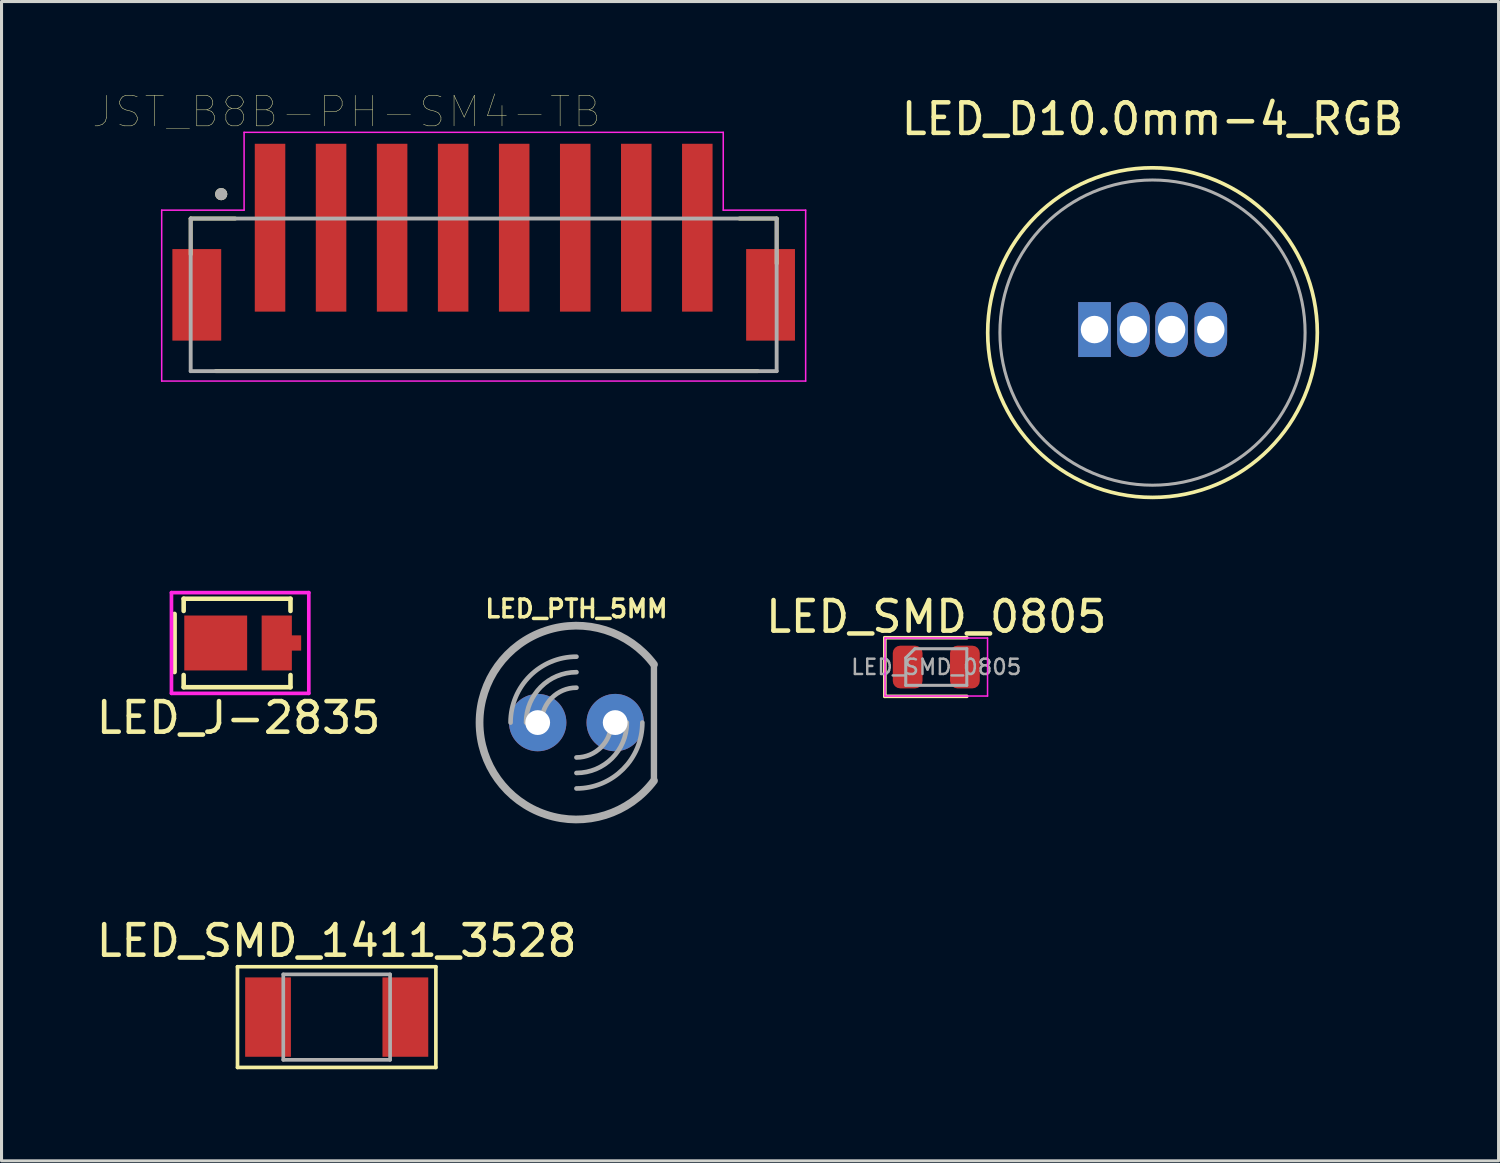
<source format=kicad_pcb>
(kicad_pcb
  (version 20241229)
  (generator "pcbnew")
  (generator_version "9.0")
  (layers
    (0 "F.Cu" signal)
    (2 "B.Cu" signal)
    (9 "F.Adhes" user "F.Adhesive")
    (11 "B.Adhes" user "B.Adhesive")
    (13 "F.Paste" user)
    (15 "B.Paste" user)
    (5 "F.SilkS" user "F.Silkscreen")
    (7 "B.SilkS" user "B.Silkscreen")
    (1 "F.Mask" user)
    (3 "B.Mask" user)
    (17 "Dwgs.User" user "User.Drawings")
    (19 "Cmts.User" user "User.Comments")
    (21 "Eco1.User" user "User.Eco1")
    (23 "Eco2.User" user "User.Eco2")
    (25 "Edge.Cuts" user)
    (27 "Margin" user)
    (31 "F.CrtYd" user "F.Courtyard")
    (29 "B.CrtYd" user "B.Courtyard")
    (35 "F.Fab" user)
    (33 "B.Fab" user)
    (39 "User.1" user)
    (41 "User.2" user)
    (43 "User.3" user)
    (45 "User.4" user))
  (footprint "LED_J-2835"
    (layer "F.Cu")
    (at 4.768 17.968)
    (property "Reference" "LED_J-2835" (at 0 2.5 0) (layer "F.SilkS") (effects (font (size 1 1) (thickness 0.15))))
    (attr through_hole)
    (fp_line (start -2.1 -0.9) (end -2.1 1) (stroke (width 0.155) (type solid)) (layer "F.SilkS"))
    (fp_line (start -1.8 -1.4) (end -1.8 -1) (stroke (width 0.15) (type solid)) (layer "F.SilkS"))
    (fp_line (start -1.8 -1.4) (end 1.7 -1.4) (stroke (width 0.15) (type solid)) (layer "F.SilkS"))
    (fp_line (start -1.8 1.1) (end -1.8 1.5) (stroke (width 0.15) (type solid)) (layer "F.SilkS"))
    (fp_line (start -1.8 1.5) (end 1.7 1.5) (stroke (width 0.15) (type solid)) (layer "F.SilkS"))
    (fp_line (start 1.7 -1.4) (end 1.7 -1) (stroke (width 0.15) (type solid)) (layer "F.SilkS"))
    (fp_line (start 1.7 1.1) (end 1.7 1.5) (stroke (width 0.15) (type solid)) (layer "F.SilkS"))
    (fp_line (start -2.2 -1.6) (end 2.3 -1.6) (stroke (width 0.12) (type solid)) (layer "F.CrtYd"))
    (fp_line (start -2.2 1.7) (end -2.2 -1.6) (stroke (width 0.12) (type solid)) (layer "F.CrtYd"))
    (fp_line (start 2.3 -1.6) (end 2.3 1.7) (stroke (width 0.12) (type solid)) (layer "F.CrtYd"))
    (fp_line (start 2.3 1.7) (end -2.2 1.7) (stroke (width 0.12) (type solid)) (layer "F.CrtYd"))
    (pad "1" smd rect (at -0.75 0.05 180) (size 2.06 1.8) (layers "F.Cu" "F.Mask" "F.Paste"))
    (pad "2" smd rect (at 1.25 0.05 180) (size 0.99 1.8) (layers "F.Cu" "F.Mask" "F.Paste"))
    (pad "2" smd rect (at 1.65 0.05 180) (size 0.8 0.5) (layers "F.Cu" "F.Mask")))
  (footprint "JST_B8B-PH-SM4-TB"
    (layer "F.Cu")
    (at 11.798 6.911)
    (property "Reference" "JST_B8B-PH-SM4-TB" (at -3.495 -6.3 0) (layer "F.SilkS") (effects (font (size 1 1) (thickness 0.015))))
    (attr through_hole)
    (fp_line (start -8.6 -2.8) (end -8.6 -1.625) (stroke (width 0.127) (type solid)) (layer "F.SilkS"))
    (fp_line (start -7.78 2.2) (end 9.98 2.2) (stroke (width 0.127) (type solid)) (layer "F.SilkS"))
    (fp_line (start -7.14 -2.8) (end -8.6 -2.8) (stroke (width 0.127) (type solid)) (layer "F.SilkS"))
    (fp_line (start 9.38 -2.8) (end 10.6 -2.8) (stroke (width 0.127) (type solid)) (layer "F.SilkS"))
    (fp_line (start 10.6 -2.8) (end 10.6 -1.325) (stroke (width 0.127) (type solid)) (layer "F.SilkS"))
    (fp_circle (center -7.6 -3.6) (end -7.5 -3.6) (stroke (width 0.2) (type solid)) (fill no) (layer "F.SilkS"))
    (fp_line (start -9.55 -3.075) (end -6.85 -3.075) (stroke (width 0.05) (type solid)) (layer "F.CrtYd"))
    (fp_line (start -9.55 2.525) (end -9.55 -3.075) (stroke (width 0.05) (type solid)) (layer "F.CrtYd"))
    (fp_line (start -6.85 -5.625) (end 8.85 -5.625) (stroke (width 0.05) (type solid)) (layer "F.CrtYd"))
    (fp_line (start -6.85 -3.075) (end -6.85 -5.625) (stroke (width 0.05) (type solid)) (layer "F.CrtYd"))
    (fp_line (start 8.85 -5.625) (end 8.85 -3.075) (stroke (width 0.05) (type solid)) (layer "F.CrtYd"))
    (fp_line (start 8.85 -3.075) (end 11.55 -3.075) (stroke (width 0.05) (type solid)) (layer "F.CrtYd"))
    (fp_line (start 11.55 -3.075) (end 11.55 2.525) (stroke (width 0.05) (type solid)) (layer "F.CrtYd"))
    (fp_line (start 11.55 2.525) (end -9.55 2.525) (stroke (width 0.05) (type solid)) (layer "F.CrtYd"))
    (fp_line (start -8.6 -2.8) (end 10.6 -2.8) (stroke (width 0.127) (type solid)) (layer "F.Fab"))
    (fp_line (start -8.6 2.2) (end -8.6 -2.8) (stroke (width 0.127) (type solid)) (layer "F.Fab"))
    (fp_line (start 10.6 -2.8) (end 10.6 2.2) (stroke (width 0.127) (type solid)) (layer "F.Fab"))
    (fp_line (start 10.6 2.2) (end -8.6 2.2) (stroke (width 0.127) (type solid)) (layer "F.Fab"))
    (fp_circle (center -7.6 -3.6) (end -7.5 -3.6) (stroke (width 0.2) (type solid)) (fill no) (layer "F.Fab"))
    (pad "1" smd rect (at -6 -2.5) (size 1 5.5) (layers "F.Cu" "F.Mask" "F.Paste"))
    (pad "2" smd rect (at -4 -2.5) (size 1 5.5) (layers "F.Cu" "F.Mask" "F.Paste"))
    (pad "3" smd rect (at -2 -2.5) (size 1 5.5) (layers "F.Cu" "F.Mask" "F.Paste"))
    (pad "4" smd rect (at 0 -2.5) (size 1 5.5) (layers "F.Cu" "F.Mask" "F.Paste"))
    (pad "5" smd rect (at 2 -2.5) (size 1 5.5) (layers "F.Cu" "F.Mask" "F.Paste"))
    (pad "6" smd rect (at 4 -2.5) (size 1 5.5) (layers "F.Cu" "F.Mask" "F.Paste"))
    (pad "7" smd rect (at 6 -2.5) (size 1 5.5) (layers "F.Cu" "F.Mask" "F.Paste"))
    (pad "8" smd rect (at 8 -2.5) (size 1 5.5) (layers "F.Cu" "F.Mask" "F.Paste"))
    (pad "9" smd rect (at -8.4 -0.3) (size 1.6 3) (layers "F.Cu" "F.Mask" "F.Paste"))
    (pad "10" smd rect (at 10.4 -0.3) (size 1.6 3) (layers "F.Cu" "F.Mask" "F.Paste")))
  (footprint "LED_D10.0mm-4_RGB"
    (layer "F.Cu")
    (at 34.713 7.848)
    (property "Reference" "LED_D10.0mm-4_RGB" (at 0 -7 0) (layer "F.SilkS") (effects (font (size 1 1) (thickness 0.15))))
    (attr through_hole)
    (fp_circle (center 0 0) (end 5.4 0) (stroke (width 0.12) (type solid)) (fill no) (layer "F.SilkS"))
    (fp_circle (center 0 0) (end 5 0) (stroke (width 0.1) (type solid)) (fill no) (layer "F.Fab"))
    (pad "1" thru_hole rect (at -1.9 -0.1) (size 1.07 1.8) (drill 0.9) (layers "*.Cu" "*.Mask"))
    (pad "2" thru_hole oval (at -0.625 -0.1) (size 1.07 1.8) (drill 0.9) (layers "*.Cu" "*.Mask"))
    (pad "3" thru_hole oval (at 0.625 -0.1) (size 1.07 1.8) (drill 0.9) (layers "*.Cu" "*.Mask"))
    (pad "4" thru_hole oval (at 1.91 -0.1) (size 1.07 1.8) (drill 0.9) (layers "*.Cu" "*.Mask")))
  (footprint "LED_SMD_0805"
    (layer "F.Cu")
    (at 27.628 18.806)
    (property "Reference" "LED_SMD_0805" (at 0 -1.65 0) (layer "F.SilkS") (effects (font (size 1 1) (thickness 0.15))))
    (attr smd)
    (fp_line (start -1.685 -0.96) (end -1.685 0.96) (stroke (width 0.12) (type solid)) (layer "F.SilkS"))
    (fp_line (start -1.685 0.96) (end 1 0.96) (stroke (width 0.12) (type solid)) (layer "F.SilkS"))
    (fp_line (start 1 -0.96) (end -1.685 -0.96) (stroke (width 0.12) (type solid)) (layer "F.SilkS"))
    (fp_line (start -1.68 -0.95) (end 1.68 -0.95) (stroke (width 0.05) (type solid)) (layer "F.CrtYd"))
    (fp_line (start -1.68 0.95) (end -1.68 -0.95) (stroke (width 0.05) (type solid)) (layer "F.CrtYd"))
    (fp_line (start 1.68 -0.95) (end 1.68 0.95) (stroke (width 0.05) (type solid)) (layer "F.CrtYd"))
    (fp_line (start 1.68 0.95) (end -1.68 0.95) (stroke (width 0.05) (type solid)) (layer "F.CrtYd"))
    (fp_line (start -1 -0.3) (end -1 0.6) (stroke (width 0.1) (type solid)) (layer "F.Fab"))
    (fp_line (start -1 0.6) (end 1 0.6) (stroke (width 0.1) (type solid)) (layer "F.Fab"))
    (fp_line (start -0.7 -0.6) (end -1 -0.3) (stroke (width 0.1) (type solid)) (layer "F.Fab"))
    (fp_line (start 1 -0.6) (end -0.7 -0.6) (stroke (width 0.1) (type solid)) (layer "F.Fab"))
    (fp_line (start 1 0.6) (end 1 -0.6) (stroke (width 0.1) (type solid)) (layer "F.Fab"))
    (fp_text user "${REFERENCE}" (at 0 0 0) (layer "F.Fab") (effects (font (size 0.5 0.5) (thickness 0.08))))
    (pad "1" smd roundrect (at -0.938 0) (size 0.975 1.4) (layers "F.Cu" "F.Mask" "F.Paste") (roundrect_rratio 0.25))
    (pad "2" smd roundrect (at 0.938 0) (size 0.975 1.4) (layers "F.Cu" "F.Mask" "F.Paste") (roundrect_rratio 0.25)))
  (footprint "LED_SMD_1411_3528"
    (layer "F.Cu")
    (at 7.982 30.276)
    (property "Reference" "LED_SMD_1411_3528" (at 0 -2.5 0) (layer "F.SilkS") (effects (font (size 1 1) (thickness 0.15))))
    (attr through_hole)
    (fp_line (start -3.25 -1.65) (end -3.25 1.65) (stroke (width 0.12) (type solid)) (layer "F.SilkS"))
    (fp_line (start -3.25 -1.65) (end 3.25 -1.65) (stroke (width 0.12) (type solid)) (layer "F.SilkS"))
    (fp_line (start -3.25 1.65) (end 3.25 1.65) (stroke (width 0.12) (type solid)) (layer "F.SilkS"))
    (fp_line (start 3.25 -1.65) (end 3.25 1.65) (stroke (width 0.12) (type solid)) (layer "F.SilkS"))
    (fp_line (start -1.75 -1.4) (end -1.75 1.4) (stroke (width 0.12) (type solid)) (layer "F.Fab"))
    (fp_line (start -1.75 -1.4) (end 1.75 -1.4) (stroke (width 0.12) (type solid)) (layer "F.Fab"))
    (fp_line (start -1.75 1.4) (end 1.75 1.4) (stroke (width 0.12) (type solid)) (layer "F.Fab"))
    (fp_line (start 1.75 -1.4) (end 1.75 1.4) (stroke (width 0.12) (type solid)) (layer "F.Fab"))
    (pad "1" smd rect (at -2.25 0) (size 1.5 2.6) (layers "F.Cu" "F.Mask" "F.Paste"))
    (pad "2" smd rect (at 2.25 0) (size 1.5 2.6) (layers "F.Cu" "F.Mask" "F.Paste")))
  (footprint "LED_PTH_5MM"
    (layer "F.Cu")
    (at 15.838 20.626)
    (property "Reference" "LED_PTH_5MM" (at 0 -3.391 0) (layer "F.SilkS") (effects (font (size 0.579 0.579) (thickness 0.116)) (justify bottom)))
    (attr through_hole)
    (fp_poly (pts (xy -1.27 0.445) (xy -1.27 0.445) (xy -1.437 0.415) (xy -1.58 0.324) (xy -1.678 0.186) (xy -1.714 0.02) (xy -1.684 -0.155) (xy -1.589 -0.305) (xy -1.27 -0.447) (xy -1.099 -0.41) (xy -0.954 -0.31) (xy -0.828 0.01) (xy -0.863 0.177) (xy -0.959 0.319)) (stroke (width 0) (type solid)) (fill yes) (layer "F.Mask"))
    (fp_poly (pts (xy 1.27 0.445) (xy 1.27 0.445) (xy 1.103 0.415) (xy 0.96 0.324) (xy 0.862 0.186) (xy 0.826 0.02) (xy 0.856 -0.155) (xy 0.951 -0.305) (xy 1.27 -0.447) (xy 1.441 -0.41) (xy 1.586 -0.31) (xy 1.712 0.01) (xy 1.712 0.01) (xy 1.677 0.177) (xy 1.581 0.319)) (stroke (width 0) (type solid)) (fill yes) (layer "F.Mask"))
    (fp_poly (pts (xy 1.272 0.953) (xy 1.273 0.953) (xy 1.063 0.932) (xy 0.862 0.865) (xy 0.682 0.755) (xy 0.531 0.608) (xy 0.416 0.43) (xy 0.318 0.023) (xy 0.339 -0.192) (xy 0.408 -0.397) (xy 0.521 -0.581) (xy 0.672 -0.735) (xy 0.853 -0.852) (xy 1.056 -0.926) (xy 1.27 -0.953) (xy 1.484 -0.925) (xy 1.687 -0.851) (xy 1.868 -0.734) (xy 2.018 -0.579) (xy 2.131 -0.394) (xy 2.199 -0.189) (xy 2.22 0.025) (xy 2.22 0.025) (xy 2.194 0.234) (xy 2.123 0.431) (xy 2.009 0.608) (xy 1.859 0.754) (xy 1.68 0.864)) (stroke (width 0) (type solid)) (fill yes) (layer "B.Mask"))
    (fp_poly (pts (xy -1.268 0.953) (xy -1.267 0.953) (xy -1.477 0.932) (xy -1.678 0.865) (xy -1.858 0.755) (xy -2.009 0.608) (xy -2.124 0.43) (xy -2.222 0.023) (xy -2.222 0.023) (xy -2.201 -0.192) (xy -2.132 -0.397) (xy -2.019 -0.581) (xy -1.869 -0.735) (xy -1.687 -0.852) (xy -1.484 -0.926) (xy -1.27 -0.953) (xy -1.056 -0.925) (xy -0.853 -0.851) (xy -0.672 -0.734) (xy -0.522 -0.579) (xy -0.409 -0.394) (xy -0.341 -0.189) (xy -0.32 0.025) (xy -0.32 0.025) (xy -0.346 0.234) (xy -0.417 0.431) (xy -0.531 0.608) (xy -0.681 0.754) (xy -0.86 0.864)) (stroke (width 0) (type solid)) (fill yes) (layer "B.Mask"))
    (fp_line (start 2.54 1.905) (end 2.54 -1.905) (stroke (width 0.203) (type solid)) (layer "F.Fab"))
    (fp_line (start 2.54 1.905) (end 2.54 -1.905) (stroke (width 0.203) (type solid)) (layer "F.Fab"))
    (fp_arc (start -2.159 0) (mid -1.526644 -1.526644) (end 0 -2.159) (stroke (width 0.1524) (type solid)) (layer "F.Fab"))
    (fp_arc (start -1.651 0) (mid -1.167433 -1.167433) (end 0 -1.651) (stroke (width 0.1524) (type solid)) (layer "F.Fab"))
    (fp_arc (start -1.143 0) (mid -0.808223 -0.808223) (end 0 -1.143) (stroke (width 0.1524) (type solid)) (layer "F.Fab"))
    (fp_arc (start 1.143 0) (mid 0.808223 0.808223) (end 0 1.143) (stroke (width 0.1524) (type solid)) (layer "F.Fab"))
    (fp_arc (start 1.651 0) (mid 1.167433 1.167433) (end 0 1.651) (stroke (width 0.1524) (type solid)) (layer "F.Fab"))
    (fp_arc (start 2.159 0) (mid 1.526644 1.526644) (end 0 2.159) (stroke (width 0.1524) (type solid)) (layer "F.Fab"))
    (fp_arc (start 2.54 1.905) (mid -3.175 0) (end 2.54 -1.905) (stroke (width 0.254) (type solid)) (layer "F.Fab"))
    (pad "A" thru_hole circle (at -1.27 0) (size 1.88 1.88) (drill 0.813) (layers "*.Cu" "*.Mask"))
    (pad "C" thru_hole circle (at 1.27 0) (size 1.88 1.88) (drill 0.813) (layers "*.Cu" "*.Mask")))
  (gr_rect
    (start -3 -3)
    (end 46.052 34.986)
    (stroke (width 0.1) (type default))
    (fill no)
    (layer "Edge.Cuts")))
</source>
